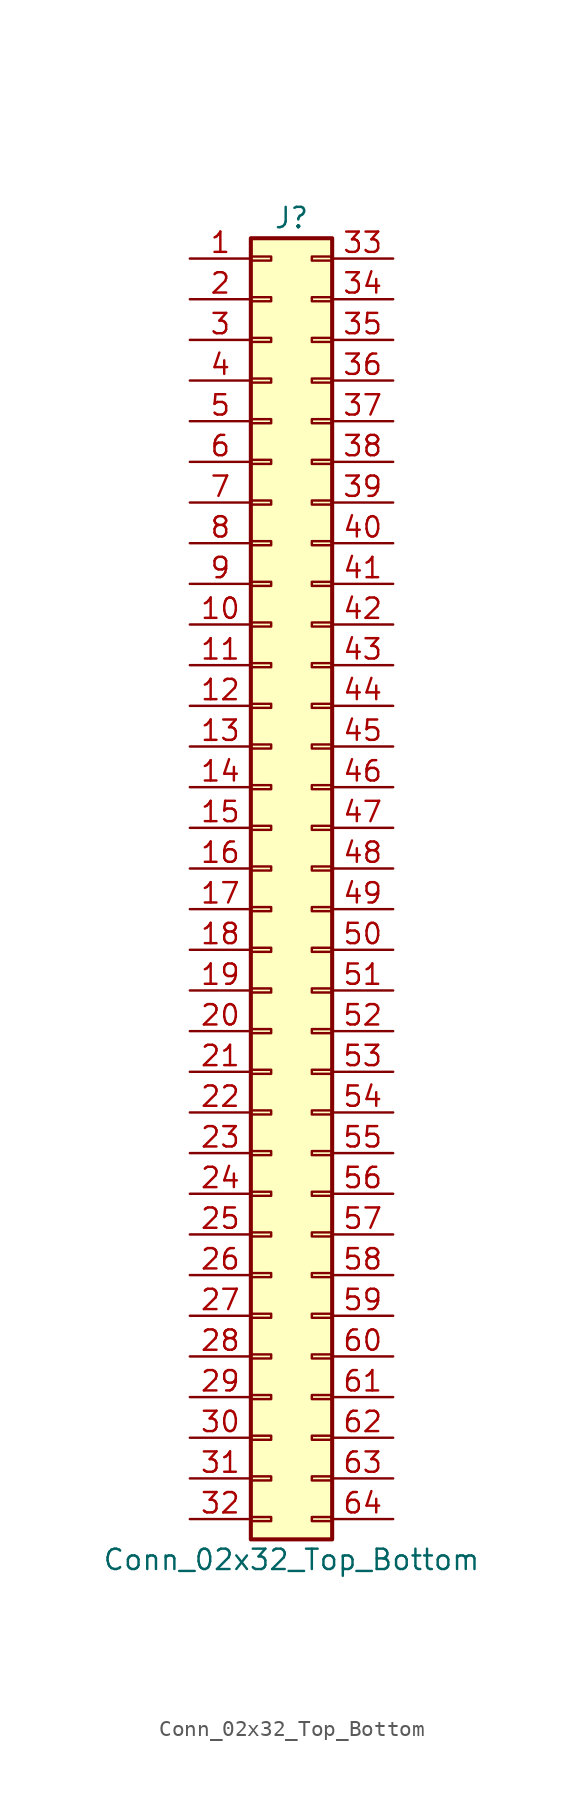
<source format=kicad_sym>
(kicad_symbol_lib
  (version 20201005)
  (generator kicad_symbol_editor)
  (symbol "Connector_Generic:Conn_02x32_Top_Bottom"
    (pin_names
      (offset 1.016) hide)
    (property "Reference" "J"
      (at 1.27 40.64 0)
      (effects (font (size 1.27 1.27))))
    (property "Value" "Conn_02x32_Top_Bottom"
      (at 1.27 -43.18 0)
      (effects (font (size 1.27 1.27))))
    (symbol "Conn_02x32_Top_Bottom_1_1"
      (rectangle (start -1.27 -27.813) (end 0 -28.067) (stroke (width 0.152)) (fill (type none)))
      (rectangle (start -1.27 -30.353) (end 0 -30.607) (stroke (width 0.152)) (fill (type none)))
      (rectangle (start -1.27 -32.893) (end 0 -33.147) (stroke (width 0.152)) (fill (type none)))
      (rectangle (start -1.27 -35.433) (end 0 -35.687) (stroke (width 0.152)) (fill (type none)))
      (rectangle (start -1.27 -37.973) (end 0 -38.227) (stroke (width 0.152)) (fill (type none)))
      (rectangle (start -1.27 -40.513) (end 0 -40.767) (stroke (width 0.152)) (fill (type none)))
      (rectangle (start -1.27 -4.953) (end 0 -5.207) (stroke (width 0.152)) (fill (type none)))
      (rectangle (start -1.27 -7.493) (end 0 -7.747) (stroke (width 0.152)) (fill (type none)))
      (rectangle (start -1.27 -10.033) (end 0 -10.287) (stroke (width 0.152)) (fill (type none)))
      (rectangle (start -1.27 -12.573) (end 0 -12.827) (stroke (width 0.152)) (fill (type none)))
      (rectangle (start -1.27 -15.113) (end 0 -15.367) (stroke (width 0.152)) (fill (type none)))
      (rectangle (start -1.27 -17.653) (end 0 -17.907) (stroke (width 0.152)) (fill (type none)))
      (rectangle (start -1.27 -20.193) (end 0 -20.447) (stroke (width 0.152)) (fill (type none)))
      (rectangle (start -1.27 -22.733) (end 0 -22.987) (stroke (width 0.152)) (fill (type none)))
      (rectangle (start -1.27 -2.413) (end 0 -2.667) (stroke (width 0.152)) (fill (type none)))
      (rectangle (start -1.27 -25.273) (end 0 -25.527) (stroke (width 0.152)) (fill (type none)))
      (rectangle (start -1.27 25.527) (end 0 25.273) (stroke (width 0.152)) (fill (type none)))
      (rectangle (start -1.27 2.667) (end 0 2.413) (stroke (width 0.152)) (fill (type none)))
      (rectangle (start -1.27 28.067) (end 0 27.813) (stroke (width 0.152)) (fill (type none)))
      (rectangle (start -1.27 30.607) (end 0 30.353) (stroke (width 0.152)) (fill (type none)))
      (rectangle (start -1.27 33.147) (end 0 32.893) (stroke (width 0.152)) (fill (type none)))
      (rectangle (start -1.27 35.687) (end 0 35.433) (stroke (width 0.152)) (fill (type none)))
      (rectangle (start -1.27 38.227) (end 0 37.973) (stroke (width 0.152)) (fill (type none)))
      (rectangle (start -1.27 39.37) (end 3.81 -41.91) (stroke (width 0.254)) (fill (type background)))
      (rectangle (start -1.27 5.207) (end 0 4.953) (stroke (width 0.152)) (fill (type none)))
      (rectangle (start -1.27 7.747) (end 0 7.493) (stroke (width 0.152)) (fill (type none)))
      (rectangle (start -1.27 10.287) (end 0 10.033) (stroke (width 0.152)) (fill (type none)))
      (rectangle (start -1.27 0.127) (end 0 -0.127) (stroke (width 0.152)) (fill (type none)))
      (rectangle (start -1.27 12.827) (end 0 12.573) (stroke (width 0.152)) (fill (type none)))
      (rectangle (start -1.27 15.367) (end 0 15.113) (stroke (width 0.152)) (fill (type none)))
      (rectangle (start -1.27 17.907) (end 0 17.653) (stroke (width 0.152)) (fill (type none)))
      (rectangle (start -1.27 20.447) (end 0 20.193) (stroke (width 0.152)) (fill (type none)))
      (rectangle (start -1.27 22.987) (end 0 22.733) (stroke (width 0.152)) (fill (type none)))
      (rectangle (start 3.81 -27.813) (end 2.54 -28.067) (stroke (width 0.152)) (fill (type none)))
      (rectangle (start 3.81 -30.353) (end 2.54 -30.607) (stroke (width 0.152)) (fill (type none)))
      (rectangle (start 3.81 -32.893) (end 2.54 -33.147) (stroke (width 0.152)) (fill (type none)))
      (rectangle (start 3.81 -35.433) (end 2.54 -35.687) (stroke (width 0.152)) (fill (type none)))
      (rectangle (start 3.81 -37.973) (end 2.54 -38.227) (stroke (width 0.152)) (fill (type none)))
      (rectangle (start 3.81 -40.513) (end 2.54 -40.767) (stroke (width 0.152)) (fill (type none)))
      (rectangle (start 3.81 -4.953) (end 2.54 -5.207) (stroke (width 0.152)) (fill (type none)))
      (rectangle (start 3.81 -7.493) (end 2.54 -7.747) (stroke (width 0.152)) (fill (type none)))
      (rectangle (start 3.81 -10.033) (end 2.54 -10.287) (stroke (width 0.152)) (fill (type none)))
      (rectangle (start 3.81 -12.573) (end 2.54 -12.827) (stroke (width 0.152)) (fill (type none)))
      (rectangle (start 3.81 -15.113) (end 2.54 -15.367) (stroke (width 0.152)) (fill (type none)))
      (rectangle (start 3.81 -17.653) (end 2.54 -17.907) (stroke (width 0.152)) (fill (type none)))
      (rectangle (start 3.81 -20.193) (end 2.54 -20.447) (stroke (width 0.152)) (fill (type none)))
      (rectangle (start 3.81 -22.733) (end 2.54 -22.987) (stroke (width 0.152)) (fill (type none)))
      (rectangle (start 3.81 -2.413) (end 2.54 -2.667) (stroke (width 0.152)) (fill (type none)))
      (rectangle (start 3.81 -25.273) (end 2.54 -25.527) (stroke (width 0.152)) (fill (type none)))
      (rectangle (start 3.81 25.527) (end 2.54 25.273) (stroke (width 0.152)) (fill (type none)))
      (rectangle (start 3.81 2.667) (end 2.54 2.413) (stroke (width 0.152)) (fill (type none)))
      (rectangle (start 3.81 28.067) (end 2.54 27.813) (stroke (width 0.152)) (fill (type none)))
      (rectangle (start 3.81 30.607) (end 2.54 30.353) (stroke (width 0.152)) (fill (type none)))
      (rectangle (start 3.81 33.147) (end 2.54 32.893) (stroke (width 0.152)) (fill (type none)))
      (rectangle (start 3.81 35.687) (end 2.54 35.433) (stroke (width 0.152)) (fill (type none)))
      (rectangle (start 3.81 38.227) (end 2.54 37.973) (stroke (width 0.152)) (fill (type none)))
      (rectangle (start 3.81 5.207) (end 2.54 4.953) (stroke (width 0.152)) (fill (type none)))
      (rectangle (start 3.81 7.747) (end 2.54 7.493) (stroke (width 0.152)) (fill (type none)))
      (rectangle (start 3.81 10.287) (end 2.54 10.033) (stroke (width 0.152)) (fill (type none)))
      (rectangle (start 3.81 0.127) (end 2.54 -0.127) (stroke (width 0.152)) (fill (type none)))
      (rectangle (start 3.81 12.827) (end 2.54 12.573) (stroke (width 0.152)) (fill (type none)))
      (rectangle (start 3.81 15.367) (end 2.54 15.113) (stroke (width 0.152)) (fill (type none)))
      (rectangle (start 3.81 17.907) (end 2.54 17.653) (stroke (width 0.152)) (fill (type none)))
      (rectangle (start 3.81 20.447) (end 2.54 20.193) (stroke (width 0.152)) (fill (type none)))
      (rectangle (start 3.81 22.987) (end 2.54 22.733) (stroke (width 0.152)) (fill (type none)))
      (pin passive line (at -5.08 38.1 0) (length 3.81) (name "Pin_1" (effects (font (size 1.27 1.27)))) (number "1" (effects (font (size 1.27 1.27)))))
      (pin passive line (at -5.08 15.24 0) (length 3.81) (name "Pin_10" (effects (font (size 1.27 1.27)))) (number "10" (effects (font (size 1.27 1.27)))))
      (pin passive line (at -5.08 12.7 0) (length 3.81) (name "Pin_11" (effects (font (size 1.27 1.27)))) (number "11" (effects (font (size 1.27 1.27)))))
      (pin passive line (at -5.08 10.16 0) (length 3.81) (name "Pin_12" (effects (font (size 1.27 1.27)))) (number "12" (effects (font (size 1.27 1.27)))))
      (pin passive line (at -5.08 7.62 0) (length 3.81) (name "Pin_13" (effects (font (size 1.27 1.27)))) (number "13" (effects (font (size 1.27 1.27)))))
      (pin passive line (at -5.08 5.08 0) (length 3.81) (name "Pin_14" (effects (font (size 1.27 1.27)))) (number "14" (effects (font (size 1.27 1.27)))))
      (pin passive line (at -5.08 2.54 0) (length 3.81) (name "Pin_15" (effects (font (size 1.27 1.27)))) (number "15" (effects (font (size 1.27 1.27)))))
      (pin passive line (at -5.08 0 0) (length 3.81) (name "Pin_16" (effects (font (size 1.27 1.27)))) (number "16" (effects (font (size 1.27 1.27)))))
      (pin passive line (at -5.08 -2.54 0) (length 3.81) (name "Pin_17" (effects (font (size 1.27 1.27)))) (number "17" (effects (font (size 1.27 1.27)))))
      (pin passive line (at -5.08 -5.08 0) (length 3.81) (name "Pin_18" (effects (font (size 1.27 1.27)))) (number "18" (effects (font (size 1.27 1.27)))))
      (pin passive line (at -5.08 -7.62 0) (length 3.81) (name "Pin_19" (effects (font (size 1.27 1.27)))) (number "19" (effects (font (size 1.27 1.27)))))
      (pin passive line (at -5.08 35.56 0) (length 3.81) (name "Pin_2" (effects (font (size 1.27 1.27)))) (number "2" (effects (font (size 1.27 1.27)))))
      (pin passive line (at -5.08 -10.16 0) (length 3.81) (name "Pin_20" (effects (font (size 1.27 1.27)))) (number "20" (effects (font (size 1.27 1.27)))))
      (pin passive line (at -5.08 -12.7 0) (length 3.81) (name "Pin_21" (effects (font (size 1.27 1.27)))) (number "21" (effects (font (size 1.27 1.27)))))
      (pin passive line (at -5.08 -15.24 0) (length 3.81) (name "Pin_22" (effects (font (size 1.27 1.27)))) (number "22" (effects (font (size 1.27 1.27)))))
      (pin passive line (at -5.08 -17.78 0) (length 3.81) (name "Pin_23" (effects (font (size 1.27 1.27)))) (number "23" (effects (font (size 1.27 1.27)))))
      (pin passive line (at -5.08 -20.32 0) (length 3.81) (name "Pin_24" (effects (font (size 1.27 1.27)))) (number "24" (effects (font (size 1.27 1.27)))))
      (pin passive line (at -5.08 -22.86 0) (length 3.81) (name "Pin_25" (effects (font (size 1.27 1.27)))) (number "25" (effects (font (size 1.27 1.27)))))
      (pin passive line (at -5.08 -25.4 0) (length 3.81) (name "Pin_26" (effects (font (size 1.27 1.27)))) (number "26" (effects (font (size 1.27 1.27)))))
      (pin passive line (at -5.08 -27.94 0) (length 3.81) (name "Pin_27" (effects (font (size 1.27 1.27)))) (number "27" (effects (font (size 1.27 1.27)))))
      (pin passive line (at -5.08 -30.48 0) (length 3.81) (name "Pin_28" (effects (font (size 1.27 1.27)))) (number "28" (effects (font (size 1.27 1.27)))))
      (pin passive line (at -5.08 -33.02 0) (length 3.81) (name "Pin_29" (effects (font (size 1.27 1.27)))) (number "29" (effects (font (size 1.27 1.27)))))
      (pin passive line (at -5.08 33.02 0) (length 3.81) (name "Pin_3" (effects (font (size 1.27 1.27)))) (number "3" (effects (font (size 1.27 1.27)))))
      (pin passive line (at -5.08 -35.56 0) (length 3.81) (name "Pin_30" (effects (font (size 1.27 1.27)))) (number "30" (effects (font (size 1.27 1.27)))))
      (pin passive line (at -5.08 -38.1 0) (length 3.81) (name "Pin_31" (effects (font (size 1.27 1.27)))) (number "31" (effects (font (size 1.27 1.27)))))
      (pin passive line (at -5.08 -40.64 0) (length 3.81) (name "Pin_32" (effects (font (size 1.27 1.27)))) (number "32" (effects (font (size 1.27 1.27)))))
      (pin passive line (at 7.62 38.1 180) (length 3.81) (name "Pin_33" (effects (font (size 1.27 1.27)))) (number "33" (effects (font (size 1.27 1.27)))))
      (pin passive line (at 7.62 35.56 180) (length 3.81) (name "Pin_34" (effects (font (size 1.27 1.27)))) (number "34" (effects (font (size 1.27 1.27)))))
      (pin passive line (at 7.62 33.02 180) (length 3.81) (name "Pin_35" (effects (font (size 1.27 1.27)))) (number "35" (effects (font (size 1.27 1.27)))))
      (pin passive line (at 7.62 30.48 180) (length 3.81) (name "Pin_36" (effects (font (size 1.27 1.27)))) (number "36" (effects (font (size 1.27 1.27)))))
      (pin passive line (at 7.62 27.94 180) (length 3.81) (name "Pin_37" (effects (font (size 1.27 1.27)))) (number "37" (effects (font (size 1.27 1.27)))))
      (pin passive line (at 7.62 25.4 180) (length 3.81) (name "Pin_38" (effects (font (size 1.27 1.27)))) (number "38" (effects (font (size 1.27 1.27)))))
      (pin passive line (at 7.62 22.86 180) (length 3.81) (name "Pin_39" (effects (font (size 1.27 1.27)))) (number "39" (effects (font (size 1.27 1.27)))))
      (pin passive line (at -5.08 30.48 0) (length 3.81) (name "Pin_4" (effects (font (size 1.27 1.27)))) (number "4" (effects (font (size 1.27 1.27)))))
      (pin passive line (at 7.62 20.32 180) (length 3.81) (name "Pin_40" (effects (font (size 1.27 1.27)))) (number "40" (effects (font (size 1.27 1.27)))))
      (pin passive line (at 7.62 17.78 180) (length 3.81) (name "Pin_41" (effects (font (size 1.27 1.27)))) (number "41" (effects (font (size 1.27 1.27)))))
      (pin passive line (at 7.62 15.24 180) (length 3.81) (name "Pin_42" (effects (font (size 1.27 1.27)))) (number "42" (effects (font (size 1.27 1.27)))))
      (pin passive line (at 7.62 12.7 180) (length 3.81) (name "Pin_43" (effects (font (size 1.27 1.27)))) (number "43" (effects (font (size 1.27 1.27)))))
      (pin passive line (at 7.62 10.16 180) (length 3.81) (name "Pin_44" (effects (font (size 1.27 1.27)))) (number "44" (effects (font (size 1.27 1.27)))))
      (pin passive line (at 7.62 7.62 180) (length 3.81) (name "Pin_45" (effects (font (size 1.27 1.27)))) (number "45" (effects (font (size 1.27 1.27)))))
      (pin passive line (at 7.62 5.08 180) (length 3.81) (name "Pin_46" (effects (font (size 1.27 1.27)))) (number "46" (effects (font (size 1.27 1.27)))))
      (pin passive line (at 7.62 2.54 180) (length 3.81) (name "Pin_47" (effects (font (size 1.27 1.27)))) (number "47" (effects (font (size 1.27 1.27)))))
      (pin passive line (at 7.62 0 180) (length 3.81) (name "Pin_48" (effects (font (size 1.27 1.27)))) (number "48" (effects (font (size 1.27 1.27)))))
      (pin passive line (at 7.62 -2.54 180) (length 3.81) (name "Pin_49" (effects (font (size 1.27 1.27)))) (number "49" (effects (font (size 1.27 1.27)))))
      (pin passive line (at -5.08 27.94 0) (length 3.81) (name "Pin_5" (effects (font (size 1.27 1.27)))) (number "5" (effects (font (size 1.27 1.27)))))
      (pin passive line (at 7.62 -5.08 180) (length 3.81) (name "Pin_50" (effects (font (size 1.27 1.27)))) (number "50" (effects (font (size 1.27 1.27)))))
      (pin passive line (at 7.62 -7.62 180) (length 3.81) (name "Pin_51" (effects (font (size 1.27 1.27)))) (number "51" (effects (font (size 1.27 1.27)))))
      (pin passive line (at 7.62 -10.16 180) (length 3.81) (name "Pin_52" (effects (font (size 1.27 1.27)))) (number "52" (effects (font (size 1.27 1.27)))))
      (pin passive line (at 7.62 -12.7 180) (length 3.81) (name "Pin_53" (effects (font (size 1.27 1.27)))) (number "53" (effects (font (size 1.27 1.27)))))
      (pin passive line (at 7.62 -15.24 180) (length 3.81) (name "Pin_54" (effects (font (size 1.27 1.27)))) (number "54" (effects (font (size 1.27 1.27)))))
      (pin passive line (at 7.62 -17.78 180) (length 3.81) (name "Pin_55" (effects (font (size 1.27 1.27)))) (number "55" (effects (font (size 1.27 1.27)))))
      (pin passive line (at 7.62 -20.32 180) (length 3.81) (name "Pin_56" (effects (font (size 1.27 1.27)))) (number "56" (effects (font (size 1.27 1.27)))))
      (pin passive line (at 7.62 -22.86 180) (length 3.81) (name "Pin_57" (effects (font (size 1.27 1.27)))) (number "57" (effects (font (size 1.27 1.27)))))
      (pin passive line (at 7.62 -25.4 180) (length 3.81) (name "Pin_58" (effects (font (size 1.27 1.27)))) (number "58" (effects (font (size 1.27 1.27)))))
      (pin passive line (at 7.62 -27.94 180) (length 3.81) (name "Pin_59" (effects (font (size 1.27 1.27)))) (number "59" (effects (font (size 1.27 1.27)))))
      (pin passive line (at -5.08 25.4 0) (length 3.81) (name "Pin_6" (effects (font (size 1.27 1.27)))) (number "6" (effects (font (size 1.27 1.27)))))
      (pin passive line (at 7.62 -30.48 180) (length 3.81) (name "Pin_60" (effects (font (size 1.27 1.27)))) (number "60" (effects (font (size 1.27 1.27)))))
      (pin passive line (at 7.62 -33.02 180) (length 3.81) (name "Pin_61" (effects (font (size 1.27 1.27)))) (number "61" (effects (font (size 1.27 1.27)))))
      (pin passive line (at 7.62 -35.56 180) (length 3.81) (name "Pin_62" (effects (font (size 1.27 1.27)))) (number "62" (effects (font (size 1.27 1.27)))))
      (pin passive line (at 7.62 -38.1 180) (length 3.81) (name "Pin_63" (effects (font (size 1.27 1.27)))) (number "63" (effects (font (size 1.27 1.27)))))
      (pin passive line (at 7.62 -40.64 180) (length 3.81) (name "Pin_64" (effects (font (size 1.27 1.27)))) (number "64" (effects (font (size 1.27 1.27)))))
      (pin passive line (at -5.08 22.86 0) (length 3.81) (name "Pin_7" (effects (font (size 1.27 1.27)))) (number "7" (effects (font (size 1.27 1.27)))))
      (pin passive line (at -5.08 20.32 0) (length 3.81) (name "Pin_8" (effects (font (size 1.27 1.27)))) (number "8" (effects (font (size 1.27 1.27)))))
      (pin passive line (at -5.08 17.78 0) (length 3.81) (name "Pin_9" (effects (font (size 1.27 1.27)))) (number "9" (effects (font (size 1.27 1.27))))))))
</source>
